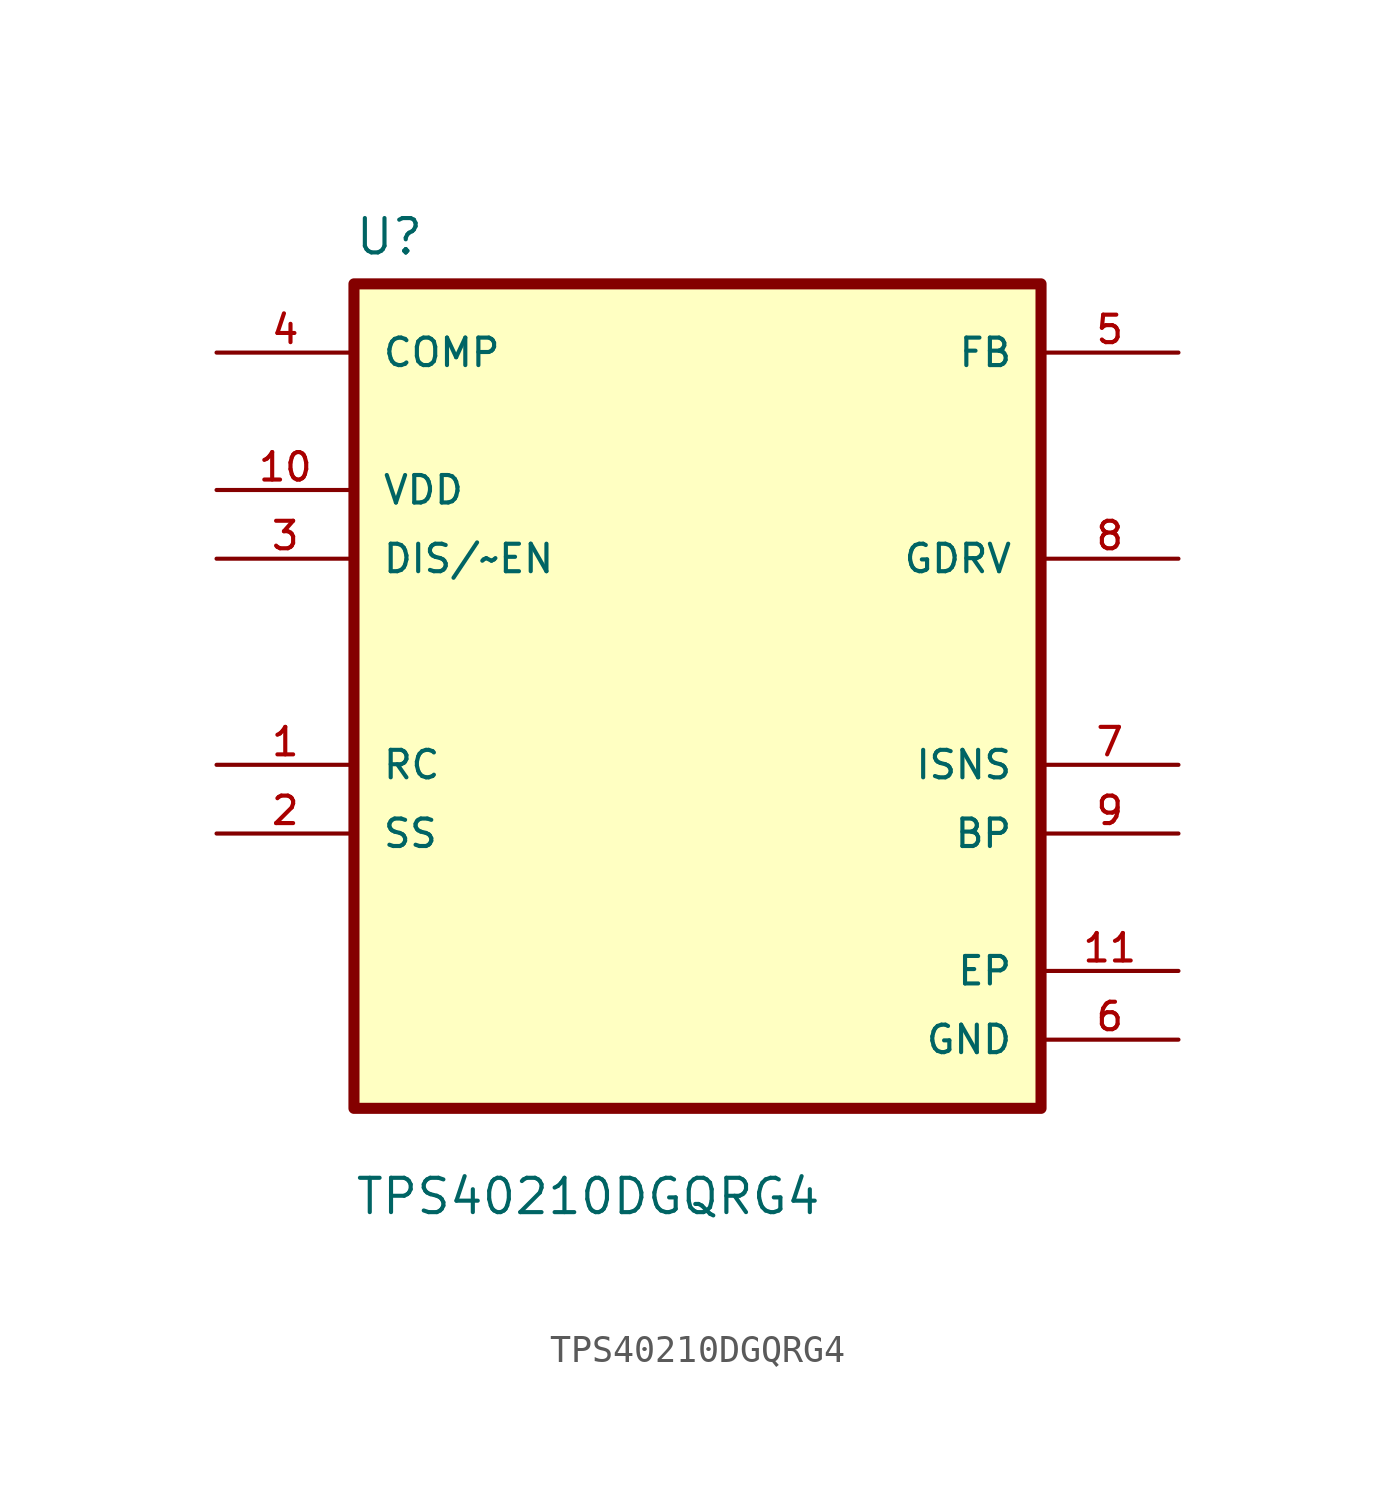
<source format=kicad_sym>
(kicad_symbol_lib
  (version 20231120)
  (generator "kicad_symbol_editor")
  (generator_version "8.0")
  (symbol "TPS40210DGQRG4"
    (pin_names
      (offset 1.016))
    (property "Reference" "U"
      (at -12.7 16.24 0)
      (effects (font (size 1.27 1.27)) (justify left bottom)))
    (property "Value" "TPS40210DGQRG4"
      (at -12.7 -19.24 0)
      (effects (font (size 1.27 1.27)) (justify left bottom)))
    (symbol "TPS40210DGQRG4_0_0"
      (rectangle (start -12.7 -15.24) (end 12.7 15.24) (stroke (width 0.41) (type default)) (fill (type background)))
      (pin input line (at -17.78 -2.54 0) (length 5.08) (name "RC" (effects (font (size 1.016 1.016)))) (number "1" (effects (font (size 1.016 1.016)))))
      (pin power_in line (at -17.78 7.62 0) (length 5.08) (name "VDD" (effects (font (size 1.016 1.016)))) (number "10" (effects (font (size 1.016 1.016)))))
      (pin bidirectional line (at 17.78 -10.16 180) (length 5.08) (name "EP" (effects (font (size 1.016 1.016)))) (number "11" (effects (font (size 1.016 1.016)))))
      (pin input line (at -17.78 -5.08 0) (length 5.08) (name "SS" (effects (font (size 1.016 1.016)))) (number "2" (effects (font (size 1.016 1.016)))))
      (pin input line (at -17.78 5.08 0) (length 5.08) (name "DIS/~EN" (effects (font (size 1.016 1.016)))) (number "3" (effects (font (size 1.016 1.016)))))
      (pin output line (at -17.78 12.7 0) (length 5.08) (name "COMP" (effects (font (size 1.016 1.016)))) (number "4" (effects (font (size 1.016 1.016)))))
      (pin input line (at 17.78 12.7 180) (length 5.08) (name "FB" (effects (font (size 1.016 1.016)))) (number "5" (effects (font (size 1.016 1.016)))))
      (pin power_in line (at 17.78 -12.7 180) (length 5.08) (name "GND" (effects (font (size 1.016 1.016)))) (number "6" (effects (font (size 1.016 1.016)))))
      (pin input line (at 17.78 -2.54 180) (length 5.08) (name "ISNS" (effects (font (size 1.016 1.016)))) (number "7" (effects (font (size 1.016 1.016)))))
      (pin output line (at 17.78 5.08 180) (length 5.08) (name "GDRV" (effects (font (size 1.016 1.016)))) (number "8" (effects (font (size 1.016 1.016)))))
      (pin output line (at 17.78 -5.08 180) (length 5.08) (name "BP" (effects (font (size 1.016 1.016)))) (number "9" (effects (font (size 1.016 1.016))))))))
</source>
